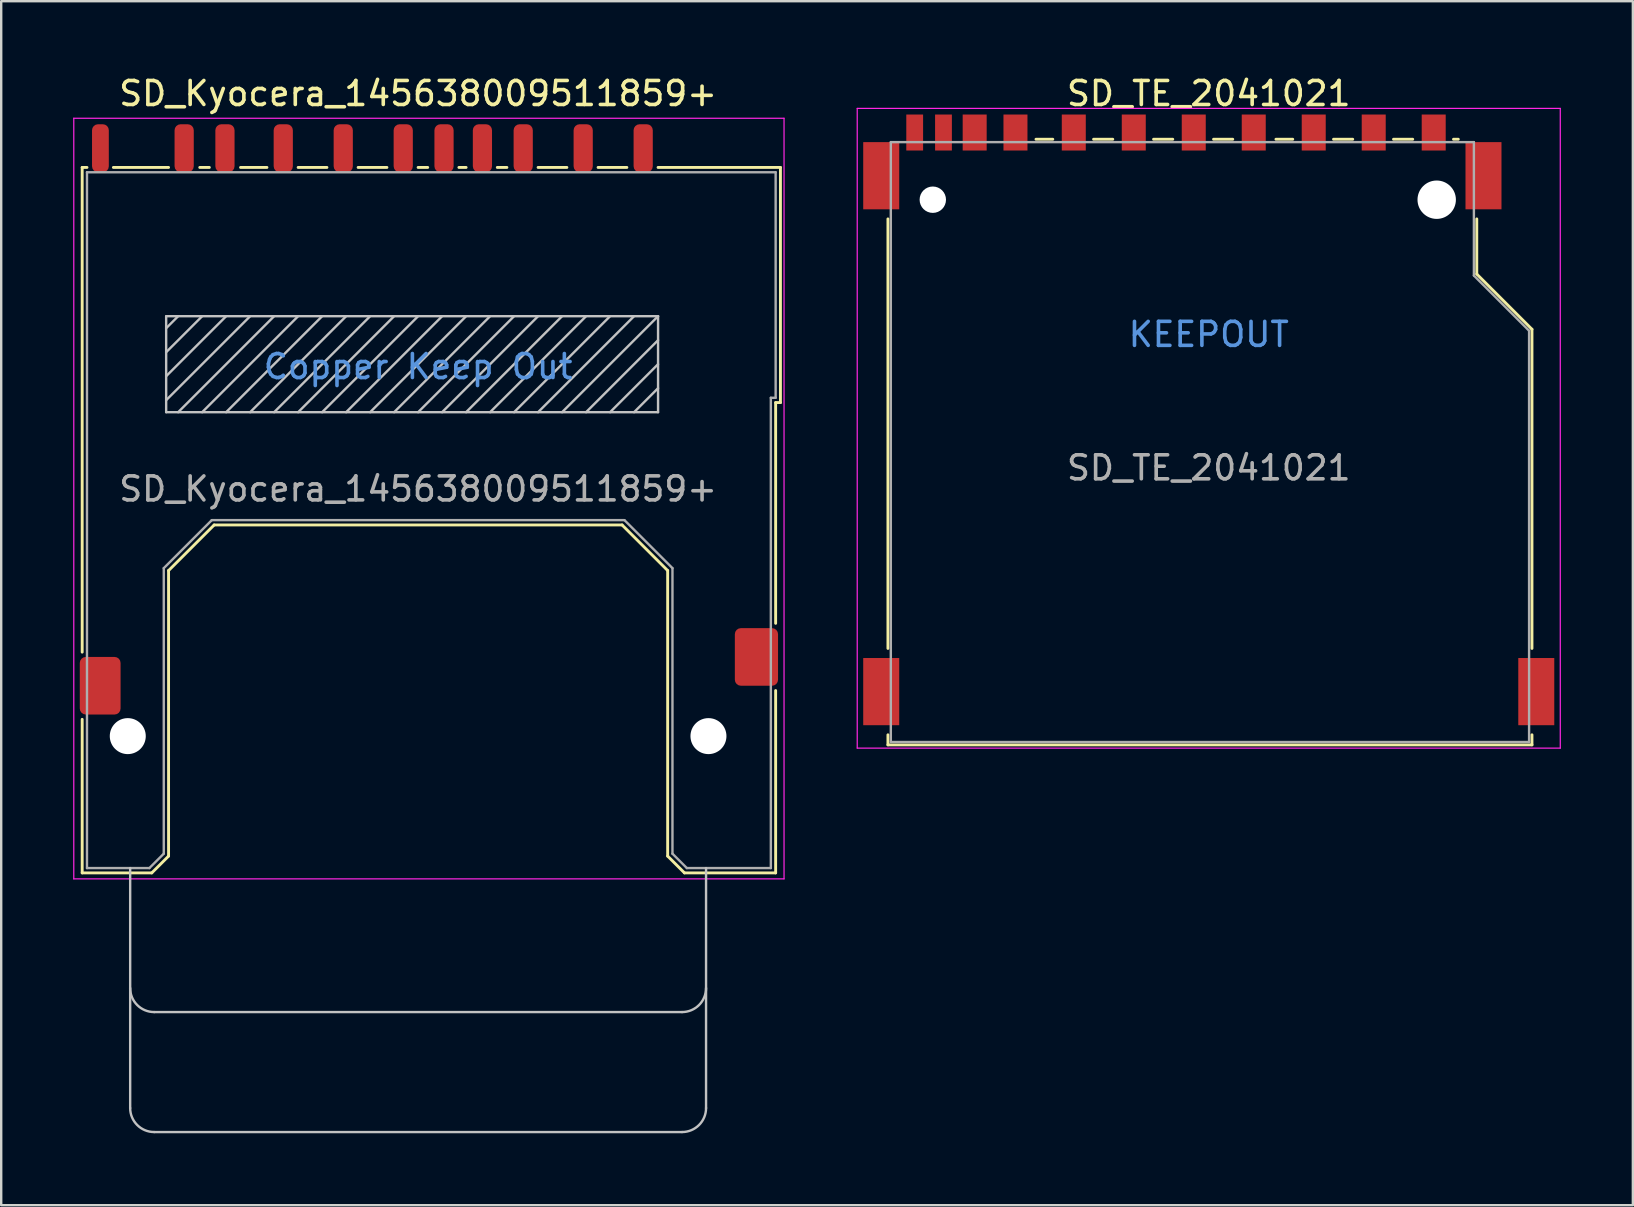
<source format=kicad_pcb>
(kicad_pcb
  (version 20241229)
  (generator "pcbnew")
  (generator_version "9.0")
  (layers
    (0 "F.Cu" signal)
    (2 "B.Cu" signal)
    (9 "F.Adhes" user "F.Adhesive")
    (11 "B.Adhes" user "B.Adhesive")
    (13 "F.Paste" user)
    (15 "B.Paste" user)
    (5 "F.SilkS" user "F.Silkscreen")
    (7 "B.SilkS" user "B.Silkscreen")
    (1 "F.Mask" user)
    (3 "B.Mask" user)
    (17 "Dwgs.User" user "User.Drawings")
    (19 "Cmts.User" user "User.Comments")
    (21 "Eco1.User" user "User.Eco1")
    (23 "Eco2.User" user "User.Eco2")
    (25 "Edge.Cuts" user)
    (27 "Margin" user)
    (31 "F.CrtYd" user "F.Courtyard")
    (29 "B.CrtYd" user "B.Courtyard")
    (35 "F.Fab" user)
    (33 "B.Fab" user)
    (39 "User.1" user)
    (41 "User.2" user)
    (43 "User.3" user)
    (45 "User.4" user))
  (footprint "SD_TE_2041021"
    (layer "F.Cu")
    (at 47.325 14.448)
    (property "Reference" "SD_TE_2041021" (at 0 -13.6 0) (layer "F.SilkS") (effects (font (size 1 1) (thickness 0.15))))
    (attr smd)
    (fp_line (start -13.37 -8.375) (end -13.37 9.525) (stroke (width 0.12) (type solid)) (layer "F.SilkS"))
    (fp_line (start -13.37 13.125) (end -13.37 13.545) (stroke (width 0.12) (type solid)) (layer "F.SilkS"))
    (fp_line (start -13.37 13.545) (end 13.47 13.545) (stroke (width 0.12) (type solid)) (layer "F.SilkS"))
    (fp_line (start -7.2 -11.695) (end -6.5 -11.695) (stroke (width 0.12) (type solid)) (layer "F.SilkS"))
    (fp_line (start -4.8 -11.695) (end -4 -11.695) (stroke (width 0.12) (type solid)) (layer "F.SilkS"))
    (fp_line (start -2.3 -11.695) (end -1.5 -11.695) (stroke (width 0.12) (type solid)) (layer "F.SilkS"))
    (fp_line (start 0.2 -11.695) (end 1 -11.695) (stroke (width 0.12) (type solid)) (layer "F.SilkS"))
    (fp_line (start 2.8 -11.695) (end 3.5 -11.695) (stroke (width 0.12) (type solid)) (layer "F.SilkS"))
    (fp_line (start 5.2 -11.695) (end 6 -11.695) (stroke (width 0.12) (type solid)) (layer "F.SilkS"))
    (fp_line (start 7.7 -11.695) (end 8.5 -11.695) (stroke (width 0.12) (type solid)) (layer "F.SilkS"))
    (fp_line (start 10.2 -11.695) (end 10.4 -11.695) (stroke (width 0.12) (type solid)) (layer "F.SilkS"))
    (fp_line (start 11.17 -8.375) (end 11.17 -6.075) (stroke (width 0.12) (type solid)) (layer "F.SilkS"))
    (fp_line (start 11.17 -6.075) (end 13.47 -3.775) (stroke (width 0.12) (type solid)) (layer "F.SilkS"))
    (fp_line (start 13.47 -3.775) (end 13.47 9.525) (stroke (width 0.12) (type solid)) (layer "F.SilkS"))
    (fp_line (start 13.47 13.545) (end 13.47 13.125) (stroke (width 0.12) (type solid)) (layer "F.SilkS"))
    (fp_line (start -14.65 -12.98) (end -14.65 13.68) (stroke (width 0.05) (type solid)) (layer "F.CrtYd"))
    (fp_line (start -14.65 -12.98) (end 14.65 -12.98) (stroke (width 0.05) (type solid)) (layer "F.CrtYd"))
    (fp_line (start 14.65 13.68) (end -14.65 13.68) (stroke (width 0.05) (type solid)) (layer "F.CrtYd"))
    (fp_line (start 14.65 13.68) (end 14.65 -12.98) (stroke (width 0.05) (type solid)) (layer "F.CrtYd"))
    (fp_line (start -13.25 -11.575) (end -13.25 13.425) (stroke (width 0.1) (type solid)) (layer "F.Fab"))
    (fp_line (start -13.25 13.425) (end 13.35 13.425) (stroke (width 0.1) (type solid)) (layer "F.Fab"))
    (fp_line (start 11.05 -11.575) (end -13.25 -11.575) (stroke (width 0.1) (type solid)) (layer "F.Fab"))
    (fp_line (start 11.05 -6.015) (end 11.05 -11.575) (stroke (width 0.1) (type solid)) (layer "F.Fab"))
    (fp_line (start 13.35 -3.715) (end 11.05 -6.015) (stroke (width 0.1) (type solid)) (layer "F.Fab"))
    (fp_line (start 13.35 13.425) (end 13.35 -3.715) (stroke (width 0.1) (type solid)) (layer "F.Fab"))
    (fp_text user "KEEPOUT" (at 0 -3.56 0) (layer "Cmts.User") (effects (font (size 1 1) (thickness 0.15))))
    (fp_text user "${REFERENCE}" (at 0 2 0) (layer "F.Fab") (effects (font (size 1 1) (thickness 0.15))))
    (pad "" np_thru_hole circle (at -11.5 -9.175) (size 1.1 1.1) (drill 1.1) (layers "*.Cu" "*.Mask"))
    (pad "" np_thru_hole circle (at 9.5 -9.175) (size 1.6 1.6) (drill 1.6) (layers "*.Cu" "*.Mask"))
    (pad "1" smd rect (at 6.875 -11.975) (size 1 1.5) (layers "F.Cu" "F.Mask" "F.Paste"))
    (pad "2" smd rect (at 4.375 -11.975) (size 1 1.5) (layers "F.Cu" "F.Mask" "F.Paste"))
    (pad "3" smd rect (at 1.875 -11.975) (size 1 1.5) (layers "F.Cu" "F.Mask" "F.Paste"))
    (pad "4" smd rect (at -0.625 -11.975) (size 1 1.5) (layers "F.Cu" "F.Mask" "F.Paste"))
    (pad "5" smd rect (at -3.125 -11.975) (size 1 1.5) (layers "F.Cu" "F.Mask" "F.Paste"))
    (pad "6" smd rect (at -5.625 -11.975) (size 1 1.5) (layers "F.Cu" "F.Mask" "F.Paste"))
    (pad "7" smd rect (at -8.055 -11.975) (size 1 1.5) (layers "F.Cu" "F.Mask" "F.Paste"))
    (pad "8" smd rect (at -9.755 -11.975) (size 1 1.5) (layers "F.Cu" "F.Mask" "F.Paste"))
    (pad "9" smd rect (at 9.375 -11.975) (size 1 1.5) (layers "F.Cu" "F.Mask" "F.Paste"))
    (pad "10" smd rect (at -11.055 -11.975) (size 0.7 1.5) (layers "F.Cu" "F.Mask" "F.Paste"))
    (pad "11" smd rect (at -12.255 -11.975) (size 0.7 1.5) (layers "F.Cu" "F.Mask" "F.Paste"))
    (pad "SH" smd rect (at -13.65 -10.175) (size 1.5 2.8) (layers "F.Cu" "F.Mask" "F.Paste"))
    (pad "SH" smd rect (at -13.65 11.325) (size 1.5 2.8) (layers "F.Cu" "F.Mask" "F.Paste"))
    (pad "SH" smd rect (at 11.45 -10.175) (size 1.5 2.8) (layers "F.Cu" "F.Mask" "F.Paste"))
    (pad "SH" smd rect (at 13.65 11.325) (size 1.5 2.8) (layers "F.Cu" "F.Mask" "F.Paste"))
    (zone (net_name "") (layer "F.Cu") (hatch full 0.508) (connect_pads) (min_thickness 0.254) (filled_areas_thickness no) (keepout (tracks not_allowed) (vias not_allowed) (pads not_allowed) (copperpour not_allowed) (footprints not_allowed)) (placement (enabled no)) (fill) (polygon (pts (xy 36.655 15.323) (xy 57.625 15.323) (xy 57.625 6.373) (xy 36.655 6.373)))))
  (footprint "SD_Kyocera_145638009511859+"
    (layer "F.Cu")
    (at 14.375 15.628)
    (property "Reference" "SD_Kyocera_145638009511859+" (at 0 -14.78 180) (layer "F.SilkS") (effects (font (size 1 1) (thickness 0.15))))
    (attr smd)
    (fp_line (start -14 -11.7) (end -14 8.5) (stroke (width 0.12) (type solid)) (layer "F.SilkS"))
    (fp_line (start -14 11.3) (end -14 17.7) (stroke (width 0.12) (type solid)) (layer "F.SilkS"))
    (fp_line (start -14 17.7) (end -11.1 17.7) (stroke (width 0.12) (type solid)) (layer "F.SilkS"))
    (fp_line (start -13.8 -11.7) (end -14 -11.7) (stroke (width 0.12) (type solid)) (layer "F.SilkS"))
    (fp_line (start -10.4 -11.7) (end -12.7 -11.7) (stroke (width 0.12) (type solid)) (layer "F.SilkS"))
    (fp_line (start -10.4 17) (end -11.1 17.7) (stroke (width 0.12) (type solid)) (layer "F.SilkS"))
    (fp_line (start -10.4 17) (end -10.4 5.1) (stroke (width 0.12) (type solid)) (layer "F.SilkS"))
    (fp_line (start -8.7 -11.7) (end -9.1 -11.7) (stroke (width 0.12) (type solid)) (layer "F.SilkS"))
    (fp_line (start -8.5 3.2) (end -10.4 5.1) (stroke (width 0.12) (type solid)) (layer "F.SilkS"))
    (fp_line (start -8.5 3.2) (end 8.5 3.2) (stroke (width 0.12) (type solid)) (layer "F.SilkS"))
    (fp_line (start -6.3 -11.7) (end -7.4 -11.7) (stroke (width 0.12) (type solid)) (layer "F.SilkS"))
    (fp_line (start -3.8 -11.7) (end -5 -11.7) (stroke (width 0.12) (type solid)) (layer "F.SilkS"))
    (fp_line (start -1.3 -11.7) (end -2.5 -11.7) (stroke (width 0.12) (type solid)) (layer "F.SilkS"))
    (fp_line (start 0.4 -11.7) (end 0 -11.7) (stroke (width 0.12) (type solid)) (layer "F.SilkS"))
    (fp_line (start 2 -11.7) (end 1.7 -11.7) (stroke (width 0.12) (type solid)) (layer "F.SilkS"))
    (fp_line (start 3.7 -11.7) (end 3.3 -11.7) (stroke (width 0.12) (type solid)) (layer "F.SilkS"))
    (fp_line (start 6.2 -11.7) (end 5 -11.7) (stroke (width 0.12) (type solid)) (layer "F.SilkS"))
    (fp_line (start 8.5 3.2) (end 10.4 5.1) (stroke (width 0.12) (type solid)) (layer "F.SilkS"))
    (fp_line (start 8.7 -11.7) (end 7.5 -11.7) (stroke (width 0.12) (type solid)) (layer "F.SilkS"))
    (fp_line (start 10.4 17) (end 10.4 5.1) (stroke (width 0.12) (type solid)) (layer "F.SilkS"))
    (fp_line (start 10.4 17) (end 11.1 17.7) (stroke (width 0.12) (type solid)) (layer "F.SilkS"))
    (fp_line (start 14.9 -1.9) (end 14.9 7.3) (stroke (width 0.12) (type solid)) (layer "F.SilkS"))
    (fp_line (start 14.9 -1.9) (end 15.1 -1.9) (stroke (width 0.12) (type solid)) (layer "F.SilkS"))
    (fp_line (start 14.9 10.1) (end 14.9 17.7) (stroke (width 0.12) (type solid)) (layer "F.SilkS"))
    (fp_line (start 14.9 17.7) (end 11.1 17.7) (stroke (width 0.12) (type solid)) (layer "F.SilkS"))
    (fp_line (start 15.1 -11.7) (end 10 -11.7) (stroke (width 0.12) (type solid)) (layer "F.SilkS"))
    (fp_line (start 15.1 -1.9) (end 15.1 -11.7) (stroke (width 0.12) (type solid)) (layer "F.SilkS"))
    (fp_line (start -12 17.5) (end -12 27.5) (stroke (width 0.1) (type solid)) (layer "Dwgs.User"))
    (fp_line (start -11 23.5) (end 11 23.5) (stroke (width 0.1) (type solid)) (layer "Dwgs.User"))
    (fp_line (start -11 28.5) (end 11 28.5) (stroke (width 0.1) (type solid)) (layer "Dwgs.User"))
    (fp_line (start -10.5 -5.5) (end 10 -5.5) (stroke (width 0.1) (type solid)) (layer "Dwgs.User"))
    (fp_line (start -10.5 -1.5) (end -10.5 -5.5) (stroke (width 0.1) (type solid)) (layer "Dwgs.User"))
    (fp_line (start -10 -5.5) (end -10.5 -5) (stroke (width 0.1) (type solid)) (layer "Dwgs.User"))
    (fp_line (start -9 -5.5) (end -10.5 -4) (stroke (width 0.1) (type solid)) (layer "Dwgs.User"))
    (fp_line (start -8 -5.5) (end -10.5 -3) (stroke (width 0.1) (type solid)) (layer "Dwgs.User"))
    (fp_line (start -7 -5.5) (end -10.5 -2) (stroke (width 0.1) (type solid)) (layer "Dwgs.User"))
    (fp_line (start -6 -5.5) (end -10 -1.5) (stroke (width 0.1) (type solid)) (layer "Dwgs.User"))
    (fp_line (start -5 -5.5) (end -9 -1.5) (stroke (width 0.1) (type solid)) (layer "Dwgs.User"))
    (fp_line (start -4 -5.5) (end -8 -1.5) (stroke (width 0.1) (type solid)) (layer "Dwgs.User"))
    (fp_line (start -3 -5.5) (end -7 -1.5) (stroke (width 0.1) (type solid)) (layer "Dwgs.User"))
    (fp_line (start -2 -5.5) (end -6 -1.5) (stroke (width 0.1) (type solid)) (layer "Dwgs.User"))
    (fp_line (start -1 -5.5) (end -5 -1.5) (stroke (width 0.1) (type solid)) (layer "Dwgs.User"))
    (fp_line (start 0 -5.5) (end -4 -1.5) (stroke (width 0.1) (type solid)) (layer "Dwgs.User"))
    (fp_line (start 1 -5.5) (end -3 -1.5) (stroke (width 0.1) (type solid)) (layer "Dwgs.User"))
    (fp_line (start 2 -5.5) (end -2 -1.5) (stroke (width 0.1) (type solid)) (layer "Dwgs.User"))
    (fp_line (start 3 -5.5) (end -1 -1.5) (stroke (width 0.1) (type solid)) (layer "Dwgs.User"))
    (fp_line (start 4 -5.5) (end 0 -1.5) (stroke (width 0.1) (type solid)) (layer "Dwgs.User"))
    (fp_line (start 5 -5.5) (end 1 -1.5) (stroke (width 0.1) (type solid)) (layer "Dwgs.User"))
    (fp_line (start 6 -5.5) (end 2 -1.5) (stroke (width 0.1) (type solid)) (layer "Dwgs.User"))
    (fp_line (start 7 -5.5) (end 3 -1.5) (stroke (width 0.1) (type solid)) (layer "Dwgs.User"))
    (fp_line (start 8 -5.5) (end 4 -1.5) (stroke (width 0.1) (type solid)) (layer "Dwgs.User"))
    (fp_line (start 9 -5.5) (end 5 -1.5) (stroke (width 0.1) (type solid)) (layer "Dwgs.User"))
    (fp_line (start 10 -5.5) (end 6 -1.5) (stroke (width 0.1) (type solid)) (layer "Dwgs.User"))
    (fp_line (start 10 -5.5) (end 10 -1.5) (stroke (width 0.1) (type solid)) (layer "Dwgs.User"))
    (fp_line (start 10 -4.5) (end 7 -1.5) (stroke (width 0.1) (type solid)) (layer "Dwgs.User"))
    (fp_line (start 10 -3.5) (end 8 -1.5) (stroke (width 0.1) (type solid)) (layer "Dwgs.User"))
    (fp_line (start 10 -2.5) (end 9 -1.5) (stroke (width 0.1) (type solid)) (layer "Dwgs.User"))
    (fp_line (start 10 -1.5) (end -10.5 -1.5) (stroke (width 0.1) (type solid)) (layer "Dwgs.User"))
    (fp_line (start 12 27.5) (end 12 17.5) (stroke (width 0.1) (type solid)) (layer "Dwgs.User"))
    (fp_arc (start -11 23.5) (mid -11.707107 23.207107) (end -12 22.5) (stroke (width 0.1) (type solid)) (layer "Dwgs.User"))
    (fp_arc (start -11 28.5) (mid -11.707107 28.207107) (end -12 27.5) (stroke (width 0.1) (type solid)) (layer "Dwgs.User"))
    (fp_arc (start 12 22.5) (mid 11.707107 23.207107) (end 11 23.5) (stroke (width 0.1) (type solid)) (layer "Dwgs.User"))
    (fp_arc (start 12 27.5) (mid 11.707107 28.207107) (end 11 28.5) (stroke (width 0.1) (type solid)) (layer "Dwgs.User"))
    (fp_line (start -14.35 -13.75) (end 15.25 -13.75) (stroke (width 0.05) (type solid)) (layer "F.CrtYd"))
    (fp_line (start -14.35 17.95) (end -14.35 -13.75) (stroke (width 0.05) (type solid)) (layer "F.CrtYd"))
    (fp_line (start 15.25 -13.75) (end 15.25 17.95) (stroke (width 0.05) (type solid)) (layer "F.CrtYd"))
    (fp_line (start 15.25 17.95) (end -14.35 17.95) (stroke (width 0.05) (type solid)) (layer "F.CrtYd"))
    (fp_line (start -13.8 -11.5) (end -13.8 17.5) (stroke (width 0.1) (type solid)) (layer "F.Fab"))
    (fp_line (start -13.8 17.5) (end -11.2 17.5) (stroke (width 0.1) (type solid)) (layer "F.Fab"))
    (fp_line (start -10.6 16.9) (end -11.2 17.5) (stroke (width 0.1) (type solid)) (layer "F.Fab"))
    (fp_line (start -10.6 16.9) (end -10.6 5) (stroke (width 0.1) (type solid)) (layer "F.Fab"))
    (fp_line (start -8.6 3) (end -10.6 5) (stroke (width 0.1) (type solid)) (layer "F.Fab"))
    (fp_line (start -8.6 3) (end 8.6 3) (stroke (width 0.1) (type solid)) (layer "F.Fab"))
    (fp_line (start 10.6 5) (end 8.6 3) (stroke (width 0.1) (type solid)) (layer "F.Fab"))
    (fp_line (start 10.6 5) (end 10.6 16.9) (stroke (width 0.1) (type solid)) (layer "F.Fab"))
    (fp_line (start 11.2 17.5) (end 10.6 16.9) (stroke (width 0.1) (type solid)) (layer "F.Fab"))
    (fp_line (start 11.2 17.5) (end 14.7 17.5) (stroke (width 0.1) (type solid)) (layer "F.Fab"))
    (fp_line (start 14.7 -2.1) (end 14.9 -2.1) (stroke (width 0.1) (type solid)) (layer "F.Fab"))
    (fp_line (start 14.7 17.5) (end 14.7 -2.1) (stroke (width 0.1) (type solid)) (layer "F.Fab"))
    (fp_line (start 14.9 -11.5) (end -13.8 -11.5) (stroke (width 0.1) (type solid)) (layer "F.Fab"))
    (fp_line (start 14.9 -2.1) (end 14.9 -11.5) (stroke (width 0.1) (type solid)) (layer "F.Fab"))
    (fp_text user "Copper Keep Out" (at 0 -3.4 180) (layer "Cmts.User") (effects (font (size 1 1) (thickness 0.15))))
    (fp_text user "${REFERENCE}" (at 0 1.7 180) (layer "F.Fab") (effects (font (size 1 1) (thickness 0.15))))
    (pad "" np_thru_hole circle (at -12.1 12 180) (size 1.5 1.5) (drill 1.5) (layers "*.Cu" "*.Mask"))
    (pad "" np_thru_hole circle (at 12.1 12 180) (size 1.5 1.5) (drill 1.5) (layers "*.Cu" "*.Mask"))
    (pad "1" smd roundrect (at 6.88 -12.5) (size 0.8 2) (layers "F.Cu" "F.Mask" "F.Paste") (roundrect_rratio 0.313))
    (pad "2" smd roundrect (at 4.38 -12.5) (size 0.8 2) (layers "F.Cu" "F.Mask" "F.Paste") (roundrect_rratio 0.313))
    (pad "3" smd roundrect (at 1.08 -12.5) (size 0.8 2) (layers "F.Cu" "F.Mask" "F.Paste") (roundrect_rratio 0.313))
    (pad "4" smd roundrect (at -0.62 -12.5) (size 0.8 2) (layers "F.Cu" "F.Mask" "F.Paste") (roundrect_rratio 0.313))
    (pad "5" smd roundrect (at -3.12 -12.5) (size 0.8 2) (layers "F.Cu" "F.Mask" "F.Paste") (roundrect_rratio 0.313))
    (pad "6" smd roundrect (at -5.62 -12.5) (size 0.8 2) (layers "F.Cu" "F.Mask" "F.Paste") (roundrect_rratio 0.313))
    (pad "7" smd roundrect (at -8.05 -12.5) (size 0.8 2) (layers "F.Cu" "F.Mask" "F.Paste") (roundrect_rratio 0.313))
    (pad "8" smd roundrect (at -9.75 -12.5) (size 0.8 2) (layers "F.Cu" "F.Mask" "F.Paste") (roundrect_rratio 0.313))
    (pad "9" smd roundrect (at 9.38 -12.5) (size 0.8 2) (layers "F.Cu" "F.Mask" "F.Paste") (roundrect_rratio 0.313))
    (pad "10" smd roundrect (at 2.68 -12.5) (size 0.8 2) (layers "F.Cu" "F.Mask" "F.Paste") (roundrect_rratio 0.313))
    (pad "11" smd roundrect (at -13.24 -12.5) (size 0.7 2) (layers "F.Cu" "F.Mask" "F.Paste") (roundrect_rratio 0.357))
    (pad "SH" smd roundrect (at -13.25 9.9) (size 1.7 2.4) (layers "F.Cu" "F.Mask" "F.Paste") (roundrect_rratio 0.147))
    (pad "SH" smd roundrect (at 14.1 8.7) (size 1.8 2.4) (layers "F.Cu" "F.Mask" "F.Paste") (roundrect_rratio 0.139)))
  (gr_rect
    (start -3 -3)
    (end 65 47.178)
    (stroke (width 0.1) (type default))
    (fill no)
    (layer "Edge.Cuts")))
</source>
